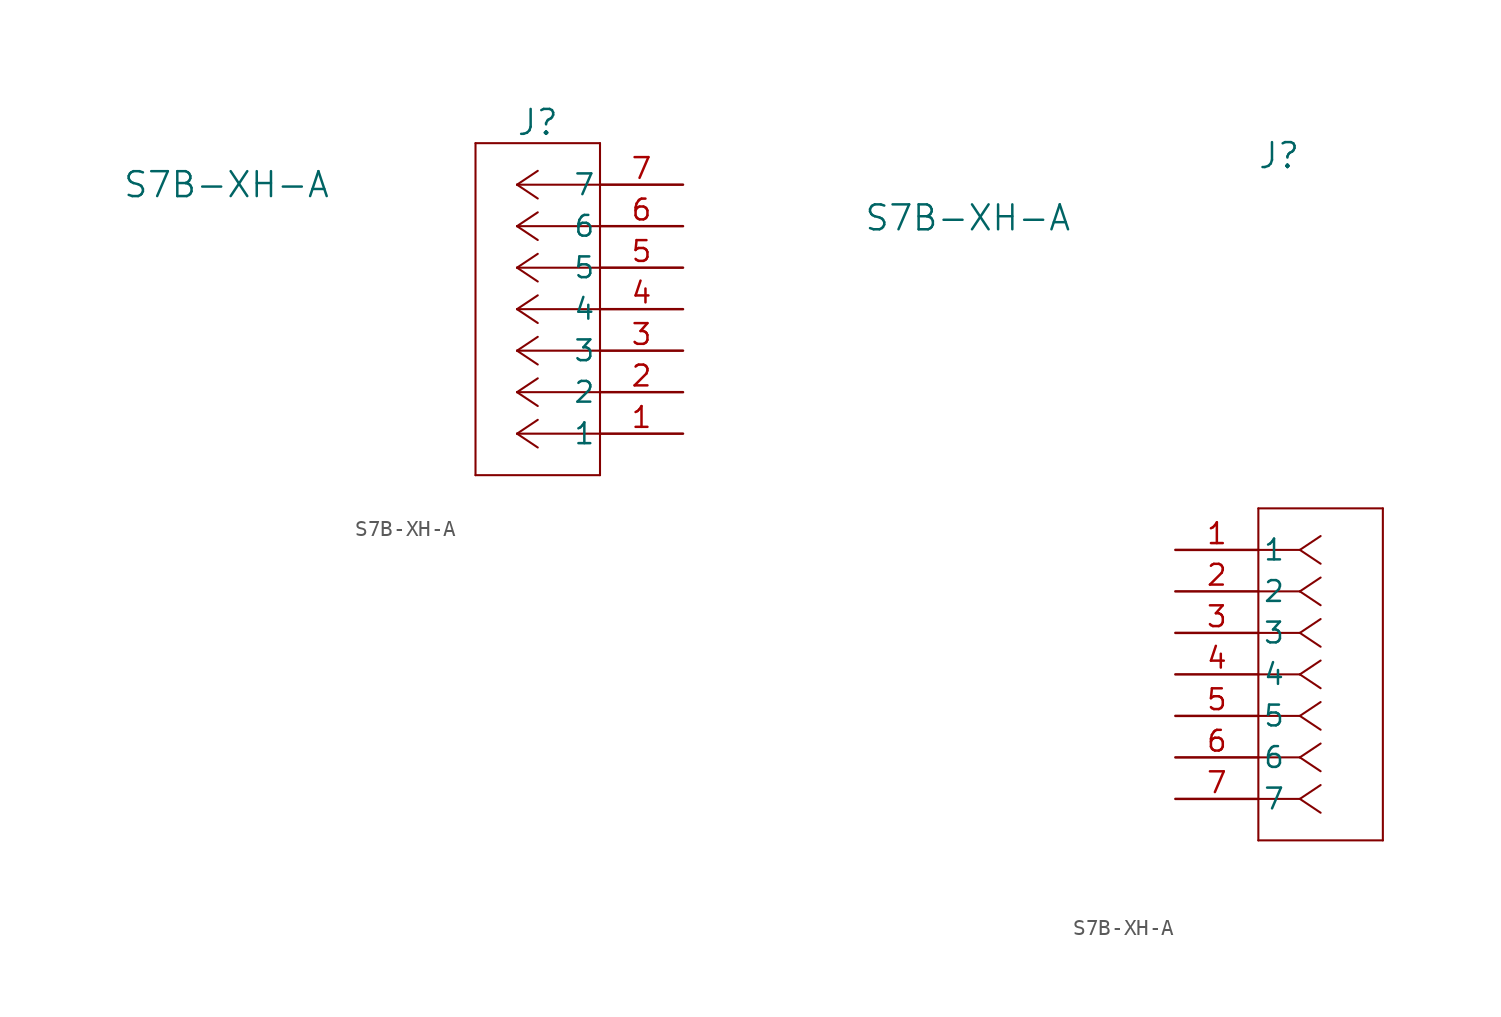
<source format=kicad_sym>
(kicad_symbol_lib
  (version 20220914)
  (generator kicad_symbol_editor)
  (symbol "S7B-XH-A"
    (pin_names
      (offset 0.254))
    (property "Reference" "J"
      (at 6.35 24.13 0)
      (effects (font (size 1.524 1.524))))
    (property "Value" "S7B-XH-A"
      (at -12.7 20.32 0)
      (effects (font (size 1.524 1.524))))
    (symbol "S7B-XH-A_1_1"
      (polyline (pts (xy 2.54 2.54) (xy 10.16 2.54)) (stroke (width 0.127) (type default)) (fill (type none)))
      (polyline (pts (xy 2.54 22.86) (xy 2.54 2.54)) (stroke (width 0.127) (type default)) (fill (type none)))
      (polyline (pts (xy 5.08 5.08) (xy 6.35 4.233)) (stroke (width 0.127) (type default)) (fill (type none)))
      (polyline (pts (xy 5.08 5.08) (xy 6.35 5.927)) (stroke (width 0.127) (type default)) (fill (type none)))
      (polyline (pts (xy 5.08 5.08) (xy 10.16 5.08)) (stroke (width 0.127) (type default)) (fill (type none)))
      (polyline (pts (xy 5.08 7.62) (xy 6.35 6.773)) (stroke (width 0.127) (type default)) (fill (type none)))
      (polyline (pts (xy 5.08 7.62) (xy 6.35 8.467)) (stroke (width 0.127) (type default)) (fill (type none)))
      (polyline (pts (xy 5.08 7.62) (xy 10.16 7.62)) (stroke (width 0.127) (type default)) (fill (type none)))
      (polyline (pts (xy 5.08 10.16) (xy 6.35 9.313)) (stroke (width 0.127) (type default)) (fill (type none)))
      (polyline (pts (xy 5.08 10.16) (xy 6.35 11.007)) (stroke (width 0.127) (type default)) (fill (type none)))
      (polyline (pts (xy 5.08 10.16) (xy 10.16 10.16)) (stroke (width 0.127) (type default)) (fill (type none)))
      (polyline (pts (xy 5.08 12.7) (xy 6.35 11.853)) (stroke (width 0.127) (type default)) (fill (type none)))
      (polyline (pts (xy 5.08 12.7) (xy 6.35 13.547)) (stroke (width 0.127) (type default)) (fill (type none)))
      (polyline (pts (xy 5.08 12.7) (xy 10.16 12.7)) (stroke (width 0.127) (type default)) (fill (type none)))
      (polyline (pts (xy 5.08 15.24) (xy 6.35 14.393)) (stroke (width 0.127) (type default)) (fill (type none)))
      (polyline (pts (xy 5.08 15.24) (xy 6.35 16.087)) (stroke (width 0.127) (type default)) (fill (type none)))
      (polyline (pts (xy 5.08 15.24) (xy 10.16 15.24)) (stroke (width 0.127) (type default)) (fill (type none)))
      (polyline (pts (xy 5.08 17.78) (xy 6.35 16.933)) (stroke (width 0.127) (type default)) (fill (type none)))
      (polyline (pts (xy 5.08 17.78) (xy 6.35 18.627)) (stroke (width 0.127) (type default)) (fill (type none)))
      (polyline (pts (xy 5.08 17.78) (xy 10.16 17.78)) (stroke (width 0.127) (type default)) (fill (type none)))
      (polyline (pts (xy 5.08 20.32) (xy 6.35 19.473)) (stroke (width 0.127) (type default)) (fill (type none)))
      (polyline (pts (xy 5.08 20.32) (xy 6.35 21.167)) (stroke (width 0.127) (type default)) (fill (type none)))
      (polyline (pts (xy 5.08 20.32) (xy 10.16 20.32)) (stroke (width 0.127) (type default)) (fill (type none)))
      (polyline (pts (xy 10.16 2.54) (xy 10.16 22.86)) (stroke (width 0.127) (type default)) (fill (type none)))
      (polyline (pts (xy 10.16 22.86) (xy 2.54 22.86)) (stroke (width 0.127) (type default)) (fill (type none)))
      (pin unspecified line (at 15.24 5.08 180) (length 5.08) (name "1" (effects (font (size 1.27 1.27)))) (number "1" (effects (font (size 1.27 1.27)))))
      (pin unspecified line (at 15.24 7.62 180) (length 5.08) (name "2" (effects (font (size 1.27 1.27)))) (number "2" (effects (font (size 1.27 1.27)))))
      (pin unspecified line (at 15.24 10.16 180) (length 5.08) (name "3" (effects (font (size 1.27 1.27)))) (number "3" (effects (font (size 1.27 1.27)))))
      (pin unspecified line (at 15.24 12.7 180) (length 5.08) (name "4" (effects (font (size 1.27 1.27)))) (number "4" (effects (font (size 1.27 1.27)))))
      (pin unspecified line (at 15.24 15.24 180) (length 5.08) (name "5" (effects (font (size 1.27 1.27)))) (number "5" (effects (font (size 1.27 1.27)))))
      (pin unspecified line (at 15.24 17.78 180) (length 5.08) (name "6" (effects (font (size 1.27 1.27)))) (number "6" (effects (font (size 1.27 1.27)))))
      (pin unspecified line (at 15.24 20.32 180) (length 5.08) (name "7" (effects (font (size 1.27 1.27)))) (number "7" (effects (font (size 1.27 1.27))))))
    (symbol "S7B-XH-A_1_2"
      (polyline (pts (xy 5.08 -17.78) (xy 12.7 -17.78)) (stroke (width 0.127) (type default)) (fill (type none)))
      (polyline (pts (xy 5.08 2.54) (xy 5.08 -17.78)) (stroke (width 0.127) (type default)) (fill (type none)))
      (polyline (pts (xy 7.62 -15.24) (xy 5.08 -15.24)) (stroke (width 0.127) (type default)) (fill (type none)))
      (polyline (pts (xy 7.62 -15.24) (xy 8.89 -16.087)) (stroke (width 0.127) (type default)) (fill (type none)))
      (polyline (pts (xy 7.62 -15.24) (xy 8.89 -14.393)) (stroke (width 0.127) (type default)) (fill (type none)))
      (polyline (pts (xy 7.62 -12.7) (xy 5.08 -12.7)) (stroke (width 0.127) (type default)) (fill (type none)))
      (polyline (pts (xy 7.62 -12.7) (xy 8.89 -13.547)) (stroke (width 0.127) (type default)) (fill (type none)))
      (polyline (pts (xy 7.62 -12.7) (xy 8.89 -11.853)) (stroke (width 0.127) (type default)) (fill (type none)))
      (polyline (pts (xy 7.62 -10.16) (xy 5.08 -10.16)) (stroke (width 0.127) (type default)) (fill (type none)))
      (polyline (pts (xy 7.62 -10.16) (xy 8.89 -11.007)) (stroke (width 0.127) (type default)) (fill (type none)))
      (polyline (pts (xy 7.62 -10.16) (xy 8.89 -9.313)) (stroke (width 0.127) (type default)) (fill (type none)))
      (polyline (pts (xy 7.62 -7.62) (xy 5.08 -7.62)) (stroke (width 0.127) (type default)) (fill (type none)))
      (polyline (pts (xy 7.62 -7.62) (xy 8.89 -8.467)) (stroke (width 0.127) (type default)) (fill (type none)))
      (polyline (pts (xy 7.62 -7.62) (xy 8.89 -6.773)) (stroke (width 0.127) (type default)) (fill (type none)))
      (polyline (pts (xy 7.62 -5.08) (xy 5.08 -5.08)) (stroke (width 0.127) (type default)) (fill (type none)))
      (polyline (pts (xy 7.62 -5.08) (xy 8.89 -5.927)) (stroke (width 0.127) (type default)) (fill (type none)))
      (polyline (pts (xy 7.62 -5.08) (xy 8.89 -4.233)) (stroke (width 0.127) (type default)) (fill (type none)))
      (polyline (pts (xy 7.62 -2.54) (xy 5.08 -2.54)) (stroke (width 0.127) (type default)) (fill (type none)))
      (polyline (pts (xy 7.62 -2.54) (xy 8.89 -3.387)) (stroke (width 0.127) (type default)) (fill (type none)))
      (polyline (pts (xy 7.62 -2.54) (xy 8.89 -1.693)) (stroke (width 0.127) (type default)) (fill (type none)))
      (polyline (pts (xy 7.62 0) (xy 5.08 0)) (stroke (width 0.127) (type default)) (fill (type none)))
      (polyline (pts (xy 7.62 0) (xy 8.89 -0.847)) (stroke (width 0.127) (type default)) (fill (type none)))
      (polyline (pts (xy 7.62 0) (xy 8.89 0.847)) (stroke (width 0.127) (type default)) (fill (type none)))
      (polyline (pts (xy 12.7 -17.78) (xy 12.7 2.54)) (stroke (width 0.127) (type default)) (fill (type none)))
      (polyline (pts (xy 12.7 2.54) (xy 5.08 2.54)) (stroke (width 0.127) (type default)) (fill (type none)))
      (pin unspecified line (at 0 0 0) (length 5.08) (name "1" (effects (font (size 1.27 1.27)))) (number "1" (effects (font (size 1.27 1.27)))))
      (pin unspecified line (at 0 -2.54 0) (length 5.08) (name "2" (effects (font (size 1.27 1.27)))) (number "2" (effects (font (size 1.27 1.27)))))
      (pin unspecified line (at 0 -5.08 0) (length 5.08) (name "3" (effects (font (size 1.27 1.27)))) (number "3" (effects (font (size 1.27 1.27)))))
      (pin unspecified line (at 0 -7.62 0) (length 5.08) (name "4" (effects (font (size 1.27 1.27)))) (number "4" (effects (font (size 1.27 1.27)))))
      (pin unspecified line (at 0 -10.16 0) (length 5.08) (name "5" (effects (font (size 1.27 1.27)))) (number "5" (effects (font (size 1.27 1.27)))))
      (pin unspecified line (at 0 -12.7 0) (length 5.08) (name "6" (effects (font (size 1.27 1.27)))) (number "6" (effects (font (size 1.27 1.27)))))
      (pin unspecified line (at 0 -15.24 0) (length 5.08) (name "7" (effects (font (size 1.27 1.27)))) (number "7" (effects (font (size 1.27 1.27))))))))
</source>
